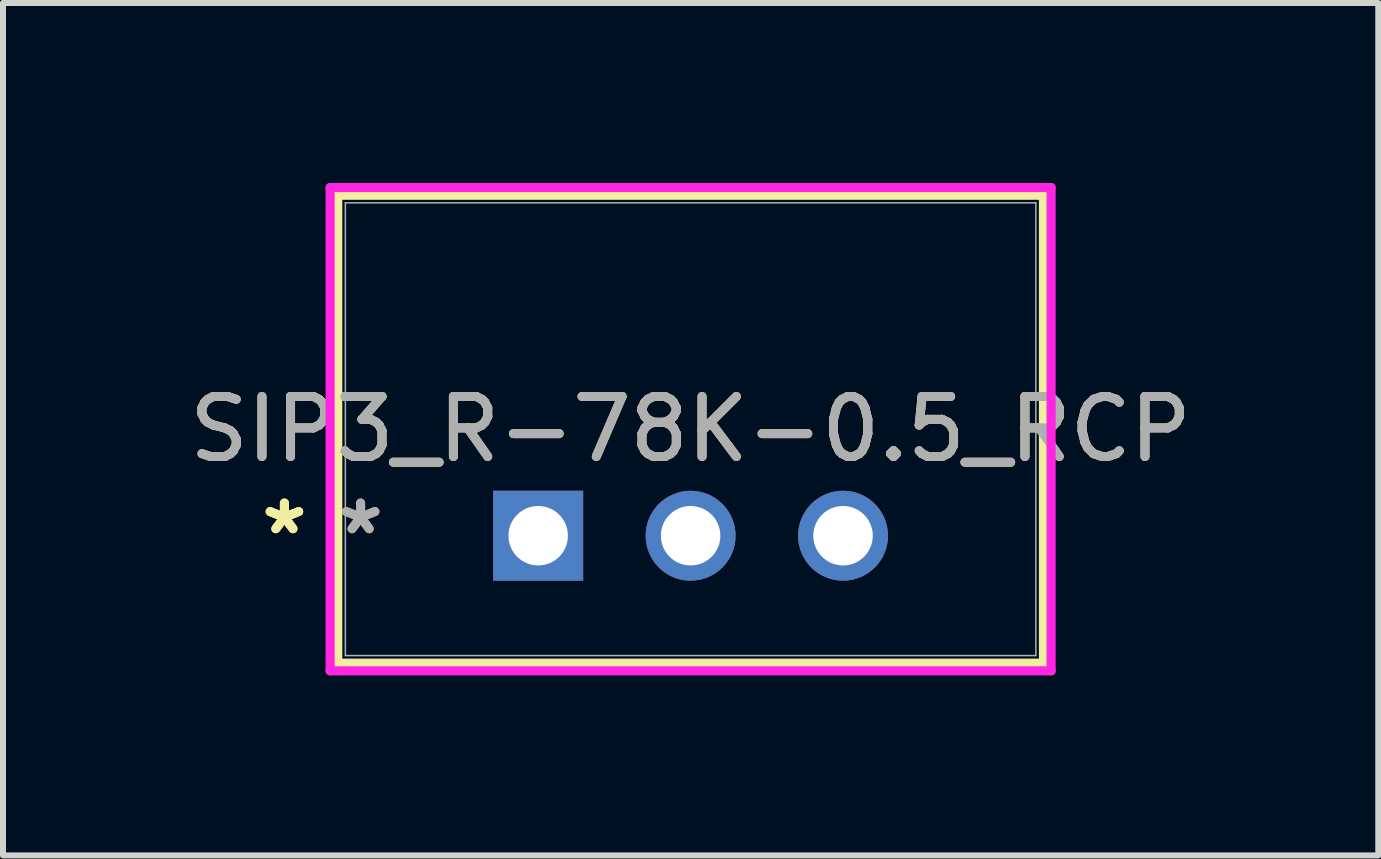
<source format=kicad_pcb>
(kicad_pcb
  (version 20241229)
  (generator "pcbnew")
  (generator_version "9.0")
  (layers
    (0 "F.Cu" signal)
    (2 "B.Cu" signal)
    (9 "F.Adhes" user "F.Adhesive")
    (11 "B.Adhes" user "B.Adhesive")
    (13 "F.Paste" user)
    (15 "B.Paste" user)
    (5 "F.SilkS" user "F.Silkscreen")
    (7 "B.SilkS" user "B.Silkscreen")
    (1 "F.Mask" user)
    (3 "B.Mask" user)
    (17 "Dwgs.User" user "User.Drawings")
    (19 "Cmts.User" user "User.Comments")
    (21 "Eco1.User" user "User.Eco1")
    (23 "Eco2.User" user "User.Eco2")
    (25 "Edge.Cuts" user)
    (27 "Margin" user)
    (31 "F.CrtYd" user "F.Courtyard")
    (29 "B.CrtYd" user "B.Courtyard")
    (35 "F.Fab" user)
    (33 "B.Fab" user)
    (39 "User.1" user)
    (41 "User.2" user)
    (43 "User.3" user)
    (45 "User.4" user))
  (footprint "SIP3_R-78K-0.5_RCP"
    (layer "F.Cu")
    (at 5.918 5.877)
    (property "Reference" "SIP3_R-78K-0.5_RCP" (at 2.54 -1.775 0) (unlocked yes) (layer "F.SilkS") (effects (font (size 1 1) (thickness 0.15))))
    (attr through_hole)
    (fp_line (start -3.34 -5.674) (end -3.34 2.124) (stroke (width 0.152) (type solid)) (layer "F.SilkS"))
    (fp_line (start -3.34 2.124) (end 8.42 2.124) (stroke (width 0.152) (type solid)) (layer "F.SilkS"))
    (fp_line (start 8.42 -5.674) (end -3.34 -5.674) (stroke (width 0.152) (type solid)) (layer "F.SilkS"))
    (fp_line (start 8.42 2.124) (end 8.42 -5.674) (stroke (width 0.152) (type solid)) (layer "F.SilkS"))
    (fp_line (start -3.467 -5.801) (end 8.547 -5.801) (stroke (width 0.152) (type solid)) (layer "F.CrtYd"))
    (fp_line (start -3.467 2.251) (end -3.467 -5.801) (stroke (width 0.152) (type solid)) (layer "F.CrtYd"))
    (fp_line (start 8.547 -5.801) (end 8.547 2.251) (stroke (width 0.152) (type solid)) (layer "F.CrtYd"))
    (fp_line (start 8.547 2.251) (end -3.467 2.251) (stroke (width 0.152) (type solid)) (layer "F.CrtYd"))
    (fp_line (start -3.213 -5.547) (end -3.213 1.997) (stroke (width 0.025) (type solid)) (layer "F.Fab"))
    (fp_line (start -3.213 1.997) (end 8.293 1.997) (stroke (width 0.025) (type solid)) (layer "F.Fab"))
    (fp_line (start 8.293 -5.547) (end -3.213 -5.547) (stroke (width 0.025) (type solid)) (layer "F.Fab"))
    (fp_line (start 8.293 1.997) (end 8.293 -5.547) (stroke (width 0.025) (type solid)) (layer "F.Fab"))
    (fp_text user "*" (at -4.229 0 0) (unlocked yes) (layer "F.SilkS") (effects (font (size 1 1) (thickness 0.15))))
    (fp_text user "*" (at -4.229 0 0) (layer "F.SilkS") (effects (font (size 1 1) (thickness 0.15))))
    (fp_text user "*" (at -2.959 0 0) (layer "F.Fab") (effects (font (size 1 1) (thickness 0.15))))
    (fp_text user "*" (at -2.959 0 0) (unlocked yes) (layer "F.Fab") (effects (font (size 1 1) (thickness 0.15))))
    (fp_text user "${REFERENCE}" (at 2.54 -1.775 0) (unlocked yes) (layer "F.Fab") (effects (font (size 1 1) (thickness 0.15))))
    (pad "1" thru_hole rect (at 0 0) (size 1.499 1.499) (drill 0.991) (layers "*.Cu" "*.Mask"))
    (pad "2" thru_hole circle (at 2.54 0) (size 1.499 1.499) (drill 0.991) (layers "*.Cu" "*.Mask"))
    (pad "3" thru_hole circle (at 5.08 0) (size 1.499 1.499) (drill 0.991) (layers "*.Cu" "*.Mask")))
  (gr_rect
    (start -3 -3)
    (end 19.917 11.204)
    (stroke (width 0.1) (type default))
    (fill no)
    (layer "Edge.Cuts")))
</source>
